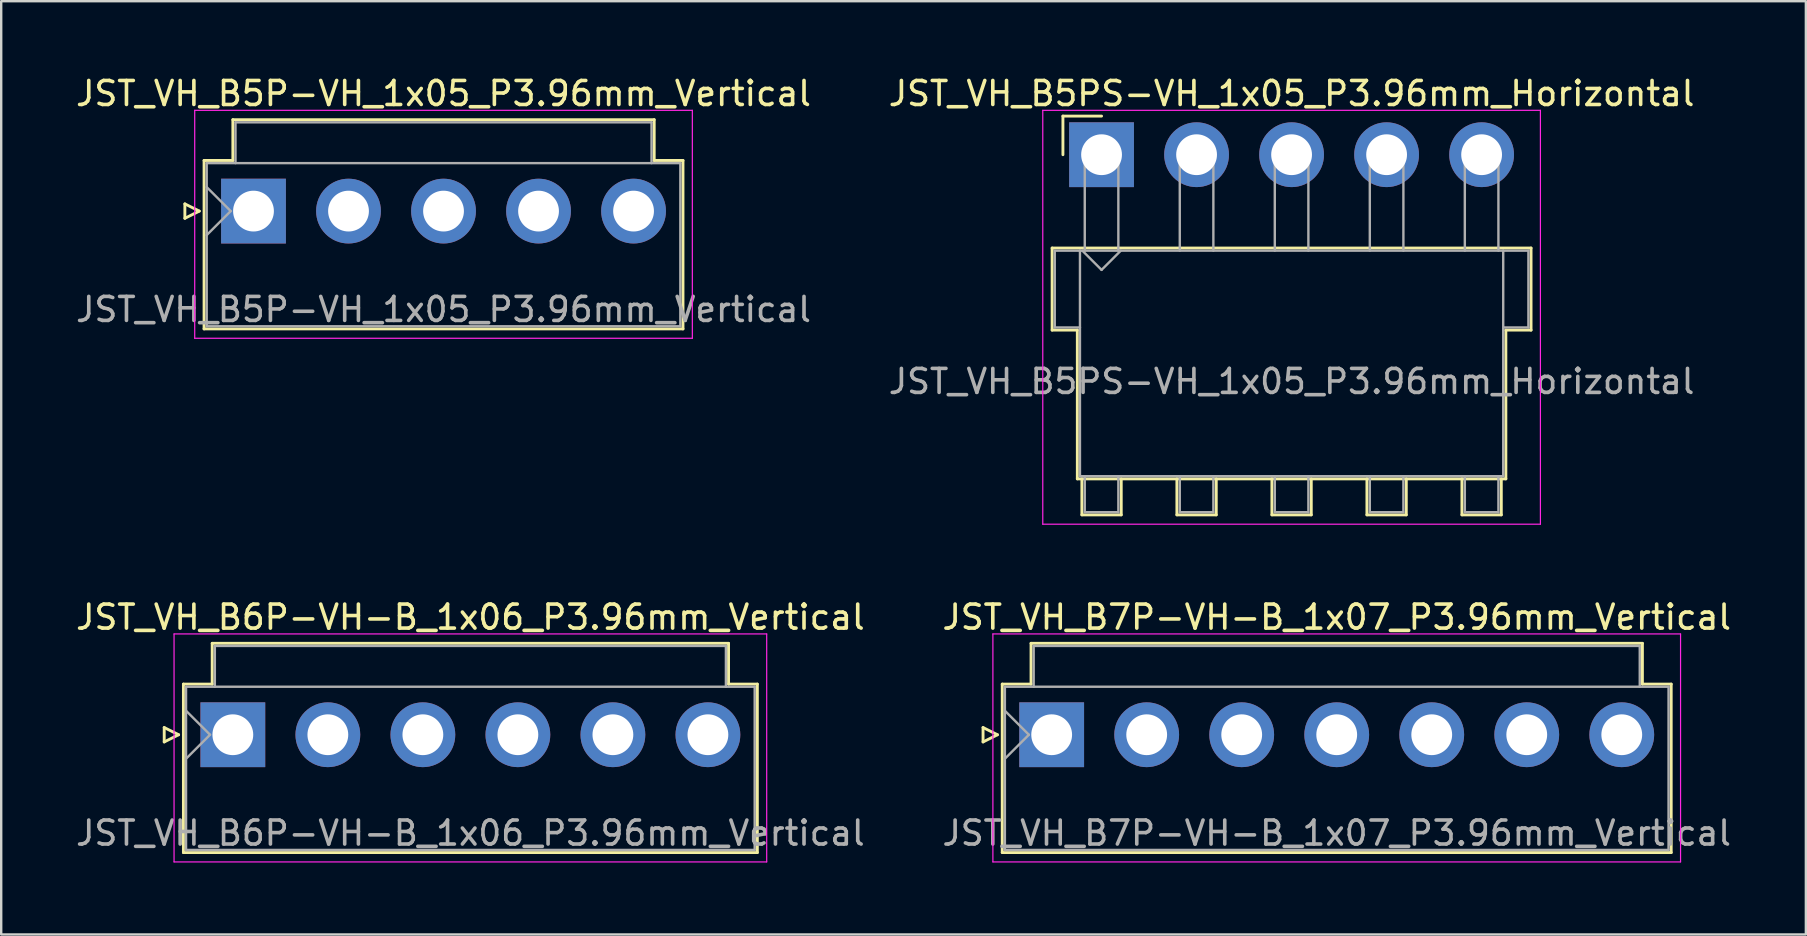
<source format=kicad_pcb>
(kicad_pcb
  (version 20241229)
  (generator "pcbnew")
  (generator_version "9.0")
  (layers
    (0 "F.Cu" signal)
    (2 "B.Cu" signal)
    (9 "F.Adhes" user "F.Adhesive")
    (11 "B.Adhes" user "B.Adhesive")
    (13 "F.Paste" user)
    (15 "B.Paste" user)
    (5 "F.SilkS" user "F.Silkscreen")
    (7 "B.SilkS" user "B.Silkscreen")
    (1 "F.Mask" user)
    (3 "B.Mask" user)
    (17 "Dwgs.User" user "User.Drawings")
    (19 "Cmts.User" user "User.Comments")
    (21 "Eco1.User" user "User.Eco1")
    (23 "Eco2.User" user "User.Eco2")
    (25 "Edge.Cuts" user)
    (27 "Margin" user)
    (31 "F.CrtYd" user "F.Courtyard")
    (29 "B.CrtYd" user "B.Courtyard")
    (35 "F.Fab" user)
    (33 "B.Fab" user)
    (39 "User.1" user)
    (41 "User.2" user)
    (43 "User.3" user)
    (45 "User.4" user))
  (footprint "JST_VH_B7P-VH-B_1x07_P3.96mm_Vertical"
    (layer "F.Cu")
    (at 40.781 27.572)
    (property "Reference" "JST_VH_B7P-VH-B_1x07_P3.96mm_Vertical" (at 11.88 -4.9 0) (layer "F.SilkS") (effects (font (size 1 1) (thickness 0.15))))
    (attr through_hole)
    (fp_line (start -2.86 -0.3) (end -2.26 0) (stroke (width 0.12) (type solid)) (layer "F.SilkS"))
    (fp_line (start -2.86 0.3) (end -2.86 -0.3) (stroke (width 0.12) (type solid)) (layer "F.SilkS"))
    (fp_line (start -2.26 0) (end -2.86 0.3) (stroke (width 0.12) (type solid)) (layer "F.SilkS"))
    (fp_line (start -2.06 -2.11) (end -0.86 -2.11) (stroke (width 0.12) (type solid)) (layer "F.SilkS"))
    (fp_line (start -2.06 4.91) (end -2.06 -2.11) (stroke (width 0.12) (type solid)) (layer "F.SilkS"))
    (fp_line (start -0.86 -3.81) (end 24.62 -3.81) (stroke (width 0.12) (type solid)) (layer "F.SilkS"))
    (fp_line (start -0.86 -2.11) (end -0.86 -3.81) (stroke (width 0.12) (type solid)) (layer "F.SilkS"))
    (fp_line (start 24.62 -3.81) (end 24.62 -2.11) (stroke (width 0.12) (type solid)) (layer "F.SilkS"))
    (fp_line (start 24.62 -2.11) (end 25.82 -2.11) (stroke (width 0.12) (type solid)) (layer "F.SilkS"))
    (fp_line (start 25.82 -2.11) (end 25.82 4.91) (stroke (width 0.12) (type solid)) (layer "F.SilkS"))
    (fp_line (start 25.82 4.91) (end -2.06 4.91) (stroke (width 0.12) (type solid)) (layer "F.SilkS"))
    (fp_line (start -2.45 -4.2) (end -2.45 5.3) (stroke (width 0.05) (type solid)) (layer "F.CrtYd"))
    (fp_line (start -2.45 5.3) (end 26.21 5.3) (stroke (width 0.05) (type solid)) (layer "F.CrtYd"))
    (fp_line (start 26.21 -4.2) (end -2.45 -4.2) (stroke (width 0.05) (type solid)) (layer "F.CrtYd"))
    (fp_line (start 26.21 5.3) (end 26.21 -4.2) (stroke (width 0.05) (type solid)) (layer "F.CrtYd"))
    (fp_line (start -1.95 -2) (end -1.95 4.8) (stroke (width 0.1) (type solid)) (layer "F.Fab"))
    (fp_line (start -1.95 -1) (end -0.95 0) (stroke (width 0.1) (type solid)) (layer "F.Fab"))
    (fp_line (start -1.95 1) (end -0.95 0) (stroke (width 0.1) (type solid)) (layer "F.Fab"))
    (fp_line (start -1.95 4.8) (end 25.71 4.8) (stroke (width 0.1) (type solid)) (layer "F.Fab"))
    (fp_line (start -0.75 -3.7) (end 24.51 -3.7) (stroke (width 0.1) (type solid)) (layer "F.Fab"))
    (fp_line (start -0.75 -2) (end -0.75 -3.7) (stroke (width 0.1) (type solid)) (layer "F.Fab"))
    (fp_line (start 24.51 -3.7) (end 24.51 -2) (stroke (width 0.1) (type solid)) (layer "F.Fab"))
    (fp_line (start 25.71 -2) (end -1.95 -2) (stroke (width 0.1) (type solid)) (layer "F.Fab"))
    (fp_line (start 25.71 4.8) (end 25.71 -2) (stroke (width 0.1) (type solid)) (layer "F.Fab"))
    (fp_text user "${REFERENCE}" (at 11.88 4.1 0) (layer "F.Fab") (effects (font (size 1 1) (thickness 0.15))))
    (pad "1" thru_hole rect (at 0 0) (size 2.7 2.7) (drill 1.7) (layers "*.Cu" "*.Mask"))
    (pad "2" thru_hole circle (at 3.96 0) (size 2.7 2.7) (drill 1.7) (layers "*.Cu" "*.Mask"))
    (pad "3" thru_hole circle (at 7.92 0) (size 2.7 2.7) (drill 1.7) (layers "*.Cu" "*.Mask"))
    (pad "4" thru_hole circle (at 11.88 0) (size 2.7 2.7) (drill 1.7) (layers "*.Cu" "*.Mask"))
    (pad "5" thru_hole circle (at 15.84 0) (size 2.7 2.7) (drill 1.7) (layers "*.Cu" "*.Mask"))
    (pad "6" thru_hole circle (at 19.8 0) (size 2.7 2.7) (drill 1.7) (layers "*.Cu" "*.Mask"))
    (pad "7" thru_hole circle (at 23.76 0) (size 2.7 2.7) (drill 1.7) (layers "*.Cu" "*.Mask")))
  (footprint "JST_VH_B5PS-VH_1x05_P3.96mm_Horizontal"
    (layer "F.Cu")
    (at 42.86 3.398)
    (property "Reference" "JST_VH_B5PS-VH_1x05_P3.96mm_Horizontal" (at 7.92 -2.55 0) (layer "F.SilkS") (effects (font (size 1 1) (thickness 0.15))))
    (attr through_hole)
    (fp_line (start -2.06 3.89) (end 17.9 3.89) (stroke (width 0.12) (type solid)) (layer "F.SilkS"))
    (fp_line (start -2.06 7.31) (end -2.06 3.89) (stroke (width 0.12) (type solid)) (layer "F.SilkS"))
    (fp_line (start -1.61 -1.61) (end -1.61 0) (stroke (width 0.12) (type solid)) (layer "F.SilkS"))
    (fp_line (start -1.01 7.31) (end -2.06 7.31) (stroke (width 0.12) (type solid)) (layer "F.SilkS"))
    (fp_line (start -1.01 13.51) (end -1.01 7.31) (stroke (width 0.12) (type solid)) (layer "F.SilkS"))
    (fp_line (start -0.82 13.51) (end -0.82 15.01) (stroke (width 0.12) (type solid)) (layer "F.SilkS"))
    (fp_line (start -0.82 15.01) (end 0.82 15.01) (stroke (width 0.12) (type solid)) (layer "F.SilkS"))
    (fp_line (start 0 -1.61) (end -1.61 -1.61) (stroke (width 0.12) (type solid)) (layer "F.SilkS"))
    (fp_line (start 0.82 15.01) (end 0.82 13.51) (stroke (width 0.12) (type solid)) (layer "F.SilkS"))
    (fp_line (start 3.14 13.51) (end 3.14 15.01) (stroke (width 0.12) (type solid)) (layer "F.SilkS"))
    (fp_line (start 3.14 15.01) (end 4.78 15.01) (stroke (width 0.12) (type solid)) (layer "F.SilkS"))
    (fp_line (start 4.78 15.01) (end 4.78 13.51) (stroke (width 0.12) (type solid)) (layer "F.SilkS"))
    (fp_line (start 7.1 13.51) (end 7.1 15.01) (stroke (width 0.12) (type solid)) (layer "F.SilkS"))
    (fp_line (start 7.1 15.01) (end 8.74 15.01) (stroke (width 0.12) (type solid)) (layer "F.SilkS"))
    (fp_line (start 8.74 15.01) (end 8.74 13.51) (stroke (width 0.12) (type solid)) (layer "F.SilkS"))
    (fp_line (start 11.06 13.51) (end 11.06 15.01) (stroke (width 0.12) (type solid)) (layer "F.SilkS"))
    (fp_line (start 11.06 15.01) (end 12.7 15.01) (stroke (width 0.12) (type solid)) (layer "F.SilkS"))
    (fp_line (start 12.7 15.01) (end 12.7 13.51) (stroke (width 0.12) (type solid)) (layer "F.SilkS"))
    (fp_line (start 15.02 13.51) (end 15.02 15.01) (stroke (width 0.12) (type solid)) (layer "F.SilkS"))
    (fp_line (start 15.02 15.01) (end 16.66 15.01) (stroke (width 0.12) (type solid)) (layer "F.SilkS"))
    (fp_line (start 16.66 15.01) (end 16.66 13.51) (stroke (width 0.12) (type solid)) (layer "F.SilkS"))
    (fp_line (start 16.85 7.31) (end 16.85 13.51) (stroke (width 0.12) (type solid)) (layer "F.SilkS"))
    (fp_line (start 16.85 13.51) (end -1.01 13.51) (stroke (width 0.12) (type solid)) (layer "F.SilkS"))
    (fp_line (start 17.9 3.89) (end 17.9 7.31) (stroke (width 0.12) (type solid)) (layer "F.SilkS"))
    (fp_line (start 17.9 7.31) (end 16.85 7.31) (stroke (width 0.12) (type solid)) (layer "F.SilkS"))
    (fp_line (start -2.45 -1.85) (end -2.45 15.4) (stroke (width 0.05) (type solid)) (layer "F.CrtYd"))
    (fp_line (start -2.45 15.4) (end 18.29 15.4) (stroke (width 0.05) (type solid)) (layer "F.CrtYd"))
    (fp_line (start 18.29 -1.85) (end -2.45 -1.85) (stroke (width 0.05) (type solid)) (layer "F.CrtYd"))
    (fp_line (start 18.29 15.4) (end 18.29 -1.85) (stroke (width 0.05) (type solid)) (layer "F.CrtYd"))
    (fp_line (start -1.95 4) (end -0.9 4) (stroke (width 0.1) (type solid)) (layer "F.Fab"))
    (fp_line (start -1.95 7.2) (end -1.95 4) (stroke (width 0.1) (type solid)) (layer "F.Fab"))
    (fp_line (start -0.9 4) (end -0.9 13.4) (stroke (width 0.1) (type solid)) (layer "F.Fab"))
    (fp_line (start -0.9 7.2) (end -1.95 7.2) (stroke (width 0.1) (type solid)) (layer "F.Fab"))
    (fp_line (start -0.9 13.4) (end 16.74 13.4) (stroke (width 0.1) (type solid)) (layer "F.Fab"))
    (fp_line (start -0.8 4) (end 0 4.8) (stroke (width 0.1) (type solid)) (layer "F.Fab"))
    (fp_line (start -0.7 0) (end 0.7 0) (stroke (width 0.1) (type solid)) (layer "F.Fab"))
    (fp_line (start -0.7 4) (end -0.7 0) (stroke (width 0.1) (type solid)) (layer "F.Fab"))
    (fp_line (start -0.7 13.4) (end -0.7 14.9) (stroke (width 0.1) (type solid)) (layer "F.Fab"))
    (fp_line (start -0.7 14.9) (end 0.7 14.9) (stroke (width 0.1) (type solid)) (layer "F.Fab"))
    (fp_line (start 0 4.8) (end 0.8 4) (stroke (width 0.1) (type solid)) (layer "F.Fab"))
    (fp_line (start 0.7 0) (end 0.7 4) (stroke (width 0.1) (type solid)) (layer "F.Fab"))
    (fp_line (start 0.7 14.9) (end 0.7 13.4) (stroke (width 0.1) (type solid)) (layer "F.Fab"))
    (fp_line (start 3.26 0) (end 4.66 0) (stroke (width 0.1) (type solid)) (layer "F.Fab"))
    (fp_line (start 3.26 4) (end 3.26 0) (stroke (width 0.1) (type solid)) (layer "F.Fab"))
    (fp_line (start 3.26 13.4) (end 3.26 14.9) (stroke (width 0.1) (type solid)) (layer "F.Fab"))
    (fp_line (start 3.26 14.9) (end 4.66 14.9) (stroke (width 0.1) (type solid)) (layer "F.Fab"))
    (fp_line (start 4.66 0) (end 4.66 4) (stroke (width 0.1) (type solid)) (layer "F.Fab"))
    (fp_line (start 4.66 14.9) (end 4.66 13.4) (stroke (width 0.1) (type solid)) (layer "F.Fab"))
    (fp_line (start 7.22 0) (end 8.62 0) (stroke (width 0.1) (type solid)) (layer "F.Fab"))
    (fp_line (start 7.22 4) (end 7.22 0) (stroke (width 0.1) (type solid)) (layer "F.Fab"))
    (fp_line (start 7.22 13.4) (end 7.22 14.9) (stroke (width 0.1) (type solid)) (layer "F.Fab"))
    (fp_line (start 7.22 14.9) (end 8.62 14.9) (stroke (width 0.1) (type solid)) (layer "F.Fab"))
    (fp_line (start 8.62 0) (end 8.62 4) (stroke (width 0.1) (type solid)) (layer "F.Fab"))
    (fp_line (start 8.62 14.9) (end 8.62 13.4) (stroke (width 0.1) (type solid)) (layer "F.Fab"))
    (fp_line (start 11.18 0) (end 12.58 0) (stroke (width 0.1) (type solid)) (layer "F.Fab"))
    (fp_line (start 11.18 4) (end 11.18 0) (stroke (width 0.1) (type solid)) (layer "F.Fab"))
    (fp_line (start 11.18 13.4) (end 11.18 14.9) (stroke (width 0.1) (type solid)) (layer "F.Fab"))
    (fp_line (start 11.18 14.9) (end 12.58 14.9) (stroke (width 0.1) (type solid)) (layer "F.Fab"))
    (fp_line (start 12.58 0) (end 12.58 4) (stroke (width 0.1) (type solid)) (layer "F.Fab"))
    (fp_line (start 12.58 14.9) (end 12.58 13.4) (stroke (width 0.1) (type solid)) (layer "F.Fab"))
    (fp_line (start 15.14 0) (end 16.54 0) (stroke (width 0.1) (type solid)) (layer "F.Fab"))
    (fp_line (start 15.14 4) (end 15.14 0) (stroke (width 0.1) (type solid)) (layer "F.Fab"))
    (fp_line (start 15.14 13.4) (end 15.14 14.9) (stroke (width 0.1) (type solid)) (layer "F.Fab"))
    (fp_line (start 15.14 14.9) (end 16.54 14.9) (stroke (width 0.1) (type solid)) (layer "F.Fab"))
    (fp_line (start 16.54 0) (end 16.54 4) (stroke (width 0.1) (type solid)) (layer "F.Fab"))
    (fp_line (start 16.54 14.9) (end 16.54 13.4) (stroke (width 0.1) (type solid)) (layer "F.Fab"))
    (fp_line (start 16.74 4) (end -0.9 4) (stroke (width 0.1) (type solid)) (layer "F.Fab"))
    (fp_line (start 16.74 4) (end 17.79 4) (stroke (width 0.1) (type solid)) (layer "F.Fab"))
    (fp_line (start 16.74 13.4) (end 16.74 4) (stroke (width 0.1) (type solid)) (layer "F.Fab"))
    (fp_line (start 17.79 4) (end 17.79 7.2) (stroke (width 0.1) (type solid)) (layer "F.Fab"))
    (fp_line (start 17.79 7.2) (end 16.74 7.2) (stroke (width 0.1) (type solid)) (layer "F.Fab"))
    (fp_text user "${REFERENCE}" (at 7.92 9.45 0) (layer "F.Fab") (effects (font (size 1 1) (thickness 0.15))))
    (pad "1" thru_hole rect (at 0 0) (size 2.7 2.7) (drill 1.7) (layers "*.Cu" "*.Mask"))
    (pad "2" thru_hole circle (at 3.96 0) (size 2.7 2.7) (drill 1.7) (layers "*.Cu" "*.Mask"))
    (pad "3" thru_hole circle (at 7.92 0) (size 2.7 2.7) (drill 1.7) (layers "*.Cu" "*.Mask"))
    (pad "4" thru_hole circle (at 11.88 0) (size 2.7 2.7) (drill 1.7) (layers "*.Cu" "*.Mask"))
    (pad "5" thru_hole circle (at 15.84 0) (size 2.7 2.7) (drill 1.7) (layers "*.Cu" "*.Mask")))
  (footprint "JST_VH_B5P-VH_1x05_P3.96mm_Vertical"
    (layer "F.Cu")
    (at 7.515 5.748)
    (property "Reference" "JST_VH_B5P-VH_1x05_P3.96mm_Vertical" (at 7.92 -4.9 0) (layer "F.SilkS") (effects (font (size 1 1) (thickness 0.15))))
    (attr through_hole)
    (fp_line (start -2.86 -0.3) (end -2.26 0) (stroke (width 0.12) (type solid)) (layer "F.SilkS"))
    (fp_line (start -2.86 0.3) (end -2.86 -0.3) (stroke (width 0.12) (type solid)) (layer "F.SilkS"))
    (fp_line (start -2.26 0) (end -2.86 0.3) (stroke (width 0.12) (type solid)) (layer "F.SilkS"))
    (fp_line (start -2.06 -2.11) (end -0.86 -2.11) (stroke (width 0.12) (type solid)) (layer "F.SilkS"))
    (fp_line (start -2.06 4.91) (end -2.06 -2.11) (stroke (width 0.12) (type solid)) (layer "F.SilkS"))
    (fp_line (start -0.86 -3.81) (end 16.7 -3.81) (stroke (width 0.12) (type solid)) (layer "F.SilkS"))
    (fp_line (start -0.86 -2.11) (end -0.86 -3.81) (stroke (width 0.12) (type solid)) (layer "F.SilkS"))
    (fp_line (start 16.7 -3.81) (end 16.7 -2.11) (stroke (width 0.12) (type solid)) (layer "F.SilkS"))
    (fp_line (start 16.7 -2.11) (end 17.9 -2.11) (stroke (width 0.12) (type solid)) (layer "F.SilkS"))
    (fp_line (start 17.9 -2.11) (end 17.9 4.91) (stroke (width 0.12) (type solid)) (layer "F.SilkS"))
    (fp_line (start 17.9 4.91) (end -2.06 4.91) (stroke (width 0.12) (type solid)) (layer "F.SilkS"))
    (fp_line (start -2.45 -4.2) (end -2.45 5.3) (stroke (width 0.05) (type solid)) (layer "F.CrtYd"))
    (fp_line (start -2.45 5.3) (end 18.29 5.3) (stroke (width 0.05) (type solid)) (layer "F.CrtYd"))
    (fp_line (start 18.29 -4.2) (end -2.45 -4.2) (stroke (width 0.05) (type solid)) (layer "F.CrtYd"))
    (fp_line (start 18.29 5.3) (end 18.29 -4.2) (stroke (width 0.05) (type solid)) (layer "F.CrtYd"))
    (fp_line (start -1.95 -2) (end -1.95 4.8) (stroke (width 0.1) (type solid)) (layer "F.Fab"))
    (fp_line (start -1.95 -1) (end -0.95 0) (stroke (width 0.1) (type solid)) (layer "F.Fab"))
    (fp_line (start -1.95 1) (end -0.95 0) (stroke (width 0.1) (type solid)) (layer "F.Fab"))
    (fp_line (start -1.95 4.8) (end 17.79 4.8) (stroke (width 0.1) (type solid)) (layer "F.Fab"))
    (fp_line (start -0.75 -3.7) (end 16.59 -3.7) (stroke (width 0.1) (type solid)) (layer "F.Fab"))
    (fp_line (start -0.75 -2) (end -0.75 -3.7) (stroke (width 0.1) (type solid)) (layer "F.Fab"))
    (fp_line (start 16.59 -3.7) (end 16.59 -2) (stroke (width 0.1) (type solid)) (layer "F.Fab"))
    (fp_line (start 17.79 -2) (end -1.95 -2) (stroke (width 0.1) (type solid)) (layer "F.Fab"))
    (fp_line (start 17.79 4.8) (end 17.79 -2) (stroke (width 0.1) (type solid)) (layer "F.Fab"))
    (fp_text user "${REFERENCE}" (at 7.92 4.1 0) (layer "F.Fab") (effects (font (size 1 1) (thickness 0.15))))
    (pad "1" thru_hole rect (at 0 0) (size 2.7 2.7) (drill 1.7) (layers "*.Cu" "*.Mask"))
    (pad "2" thru_hole circle (at 3.96 0) (size 2.7 2.7) (drill 1.7) (layers "*.Cu" "*.Mask"))
    (pad "3" thru_hole circle (at 7.92 0) (size 2.7 2.7) (drill 1.7) (layers "*.Cu" "*.Mask"))
    (pad "4" thru_hole circle (at 11.88 0) (size 2.7 2.7) (drill 1.7) (layers "*.Cu" "*.Mask"))
    (pad "5" thru_hole circle (at 15.84 0) (size 2.7 2.7) (drill 1.7) (layers "*.Cu" "*.Mask")))
  (footprint "JST_VH_B6P-VH-B_1x06_P3.96mm_Vertical"
    (layer "F.Cu")
    (at 6.654 27.572)
    (property "Reference" "JST_VH_B6P-VH-B_1x06_P3.96mm_Vertical" (at 9.9 -4.9 0) (layer "F.SilkS") (effects (font (size 1 1) (thickness 0.15))))
    (attr through_hole)
    (fp_line (start -2.86 -0.3) (end -2.26 0) (stroke (width 0.12) (type solid)) (layer "F.SilkS"))
    (fp_line (start -2.86 0.3) (end -2.86 -0.3) (stroke (width 0.12) (type solid)) (layer "F.SilkS"))
    (fp_line (start -2.26 0) (end -2.86 0.3) (stroke (width 0.12) (type solid)) (layer "F.SilkS"))
    (fp_line (start -2.06 -2.11) (end -0.86 -2.11) (stroke (width 0.12) (type solid)) (layer "F.SilkS"))
    (fp_line (start -2.06 4.91) (end -2.06 -2.11) (stroke (width 0.12) (type solid)) (layer "F.SilkS"))
    (fp_line (start -0.86 -3.81) (end 20.66 -3.81) (stroke (width 0.12) (type solid)) (layer "F.SilkS"))
    (fp_line (start -0.86 -2.11) (end -0.86 -3.81) (stroke (width 0.12) (type solid)) (layer "F.SilkS"))
    (fp_line (start 20.66 -3.81) (end 20.66 -2.11) (stroke (width 0.12) (type solid)) (layer "F.SilkS"))
    (fp_line (start 20.66 -2.11) (end 21.86 -2.11) (stroke (width 0.12) (type solid)) (layer "F.SilkS"))
    (fp_line (start 21.86 -2.11) (end 21.86 4.91) (stroke (width 0.12) (type solid)) (layer "F.SilkS"))
    (fp_line (start 21.86 4.91) (end -2.06 4.91) (stroke (width 0.12) (type solid)) (layer "F.SilkS"))
    (fp_line (start -2.45 -4.2) (end -2.45 5.3) (stroke (width 0.05) (type solid)) (layer "F.CrtYd"))
    (fp_line (start -2.45 5.3) (end 22.25 5.3) (stroke (width 0.05) (type solid)) (layer "F.CrtYd"))
    (fp_line (start 22.25 -4.2) (end -2.45 -4.2) (stroke (width 0.05) (type solid)) (layer "F.CrtYd"))
    (fp_line (start 22.25 5.3) (end 22.25 -4.2) (stroke (width 0.05) (type solid)) (layer "F.CrtYd"))
    (fp_line (start -1.95 -2) (end -1.95 4.8) (stroke (width 0.1) (type solid)) (layer "F.Fab"))
    (fp_line (start -1.95 -1) (end -0.95 0) (stroke (width 0.1) (type solid)) (layer "F.Fab"))
    (fp_line (start -1.95 1) (end -0.95 0) (stroke (width 0.1) (type solid)) (layer "F.Fab"))
    (fp_line (start -1.95 4.8) (end 21.75 4.8) (stroke (width 0.1) (type solid)) (layer "F.Fab"))
    (fp_line (start -0.75 -3.7) (end 20.55 -3.7) (stroke (width 0.1) (type solid)) (layer "F.Fab"))
    (fp_line (start -0.75 -2) (end -0.75 -3.7) (stroke (width 0.1) (type solid)) (layer "F.Fab"))
    (fp_line (start 20.55 -3.7) (end 20.55 -2) (stroke (width 0.1) (type solid)) (layer "F.Fab"))
    (fp_line (start 21.75 -2) (end -1.95 -2) (stroke (width 0.1) (type solid)) (layer "F.Fab"))
    (fp_line (start 21.75 4.8) (end 21.75 -2) (stroke (width 0.1) (type solid)) (layer "F.Fab"))
    (fp_text user "${REFERENCE}" (at 9.9 4.1 0) (layer "F.Fab") (effects (font (size 1 1) (thickness 0.15))))
    (pad "1" thru_hole rect (at 0 0) (size 2.7 2.7) (drill 1.7) (layers "*.Cu" "*.Mask"))
    (pad "2" thru_hole circle (at 3.96 0) (size 2.7 2.7) (drill 1.7) (layers "*.Cu" "*.Mask"))
    (pad "3" thru_hole circle (at 7.92 0) (size 2.7 2.7) (drill 1.7) (layers "*.Cu" "*.Mask"))
    (pad "4" thru_hole circle (at 11.88 0) (size 2.7 2.7) (drill 1.7) (layers "*.Cu" "*.Mask"))
    (pad "5" thru_hole circle (at 15.84 0) (size 2.7 2.7) (drill 1.7) (layers "*.Cu" "*.Mask"))
    (pad "6" thru_hole circle (at 19.8 0) (size 2.7 2.7) (drill 1.7) (layers "*.Cu" "*.Mask")))
  (gr_rect
    (start -3 -3)
    (end 72.214 35.897)
    (stroke (width 0.1) (type default))
    (fill no)
    (layer "Edge.Cuts")))
</source>
